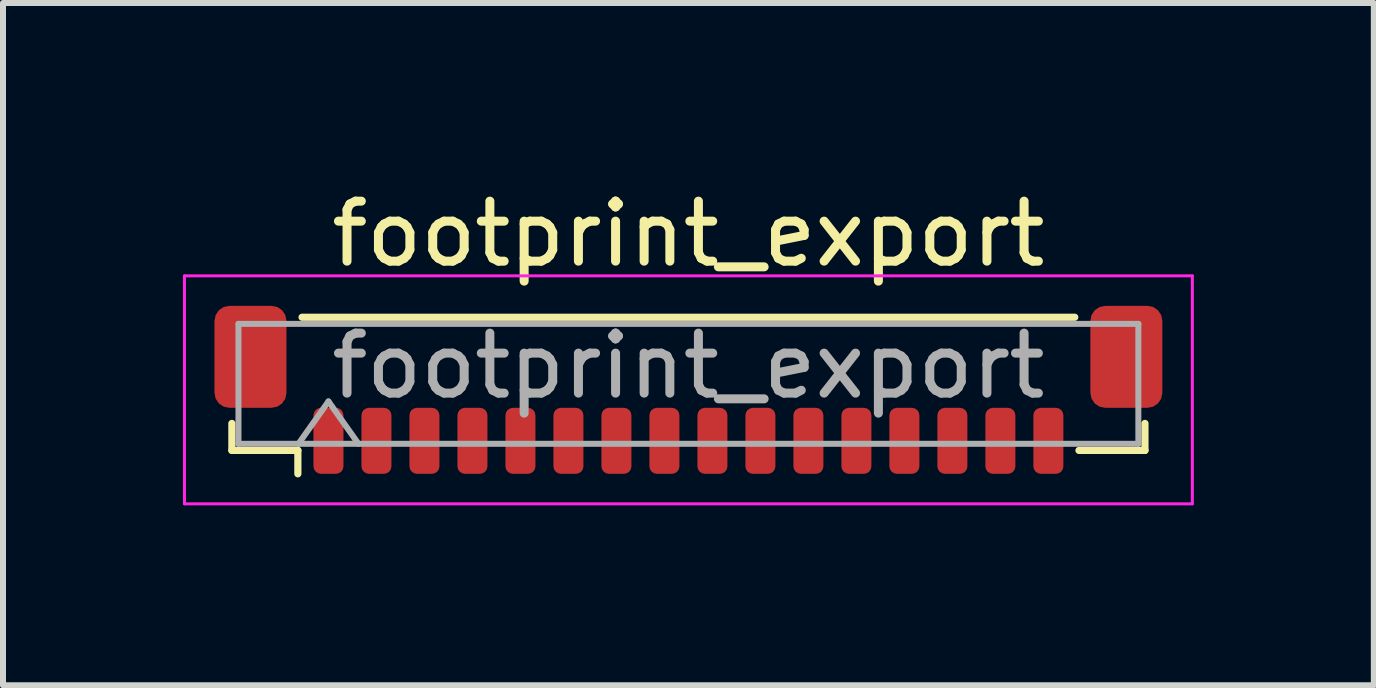
<source format=kicad_pcb>
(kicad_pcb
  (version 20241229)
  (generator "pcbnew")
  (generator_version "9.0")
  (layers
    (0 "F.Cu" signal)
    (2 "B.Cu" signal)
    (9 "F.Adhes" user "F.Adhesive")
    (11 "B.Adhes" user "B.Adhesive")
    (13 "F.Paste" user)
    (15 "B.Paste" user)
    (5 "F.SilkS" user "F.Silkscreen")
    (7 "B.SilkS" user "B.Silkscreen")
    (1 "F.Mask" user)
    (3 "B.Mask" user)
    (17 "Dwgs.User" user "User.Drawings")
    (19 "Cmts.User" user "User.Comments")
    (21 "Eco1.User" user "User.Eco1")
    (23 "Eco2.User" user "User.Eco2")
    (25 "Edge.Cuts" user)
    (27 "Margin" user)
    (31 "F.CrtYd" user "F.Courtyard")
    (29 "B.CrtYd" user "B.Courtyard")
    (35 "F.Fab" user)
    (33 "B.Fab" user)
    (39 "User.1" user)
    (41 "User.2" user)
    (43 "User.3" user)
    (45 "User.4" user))
  (footprint "footprint_export"
    (layer "F.Cu")
    (at 8.425 3.448)
    (property "Reference" "footprint_export" (at 0 -2.6 0) (layer "F.SilkS") (effects (font (size 1 1) (thickness 0.15))))
    (attr smd)
    (fp_line (start -7.61 0.56) (end -7.61 1.01) (stroke (width 0.12) (type solid)) (layer "F.SilkS"))
    (fp_line (start -7.61 1.01) (end -6.51 1.01) (stroke (width 0.12) (type solid)) (layer "F.SilkS"))
    (fp_line (start -6.51 1.01) (end -6.51 1.4) (stroke (width 0.12) (type solid)) (layer "F.SilkS"))
    (fp_line (start -6.44 -1.21) (end 6.44 -1.21) (stroke (width 0.12) (type solid)) (layer "F.SilkS"))
    (fp_line (start 7.61 0.56) (end 7.61 1.01) (stroke (width 0.12) (type solid)) (layer "F.SilkS"))
    (fp_line (start 7.61 1.01) (end 6.51 1.01) (stroke (width 0.12) (type solid)) (layer "F.SilkS"))
    (fp_line (start -8.4 -1.9) (end -8.4 1.9) (stroke (width 0.05) (type solid)) (layer "F.CrtYd"))
    (fp_line (start -8.4 1.9) (end 8.4 1.9) (stroke (width 0.05) (type solid)) (layer "F.CrtYd"))
    (fp_line (start 8.4 -1.9) (end -8.4 -1.9) (stroke (width 0.05) (type solid)) (layer "F.CrtYd"))
    (fp_line (start 8.4 1.9) (end 8.4 -1.9) (stroke (width 0.05) (type solid)) (layer "F.CrtYd"))
    (fp_line (start -7.5 -1.1) (end 7.5 -1.1) (stroke (width 0.1) (type solid)) (layer "F.Fab"))
    (fp_line (start -7.5 0.9) (end -7.5 -1.1) (stroke (width 0.1) (type solid)) (layer "F.Fab"))
    (fp_line (start -7.5 0.9) (end 7.5 0.9) (stroke (width 0.1) (type solid)) (layer "F.Fab"))
    (fp_line (start -6.5 0.9) (end -6 0.193) (stroke (width 0.1) (type solid)) (layer "F.Fab"))
    (fp_line (start -6 0.193) (end -5.5 0.9) (stroke (width 0.1) (type solid)) (layer "F.Fab"))
    (fp_line (start 7.5 0.9) (end 7.5 -1.1) (stroke (width 0.1) (type solid)) (layer "F.Fab"))
    (fp_text user "${REFERENCE}" (at 0 -0.4 0) (layer "F.Fab") (effects (font (size 1 1) (thickness 0.15))))
    (pad "1" smd roundrect (at -6 0.85) (size 0.5 1.1) (layers "F.Cu" "F.Mask" "F.Paste") (roundrect_rratio 0.25))
    (pad "2" smd roundrect (at -5.2 0.85) (size 0.5 1.1) (layers "F.Cu" "F.Mask" "F.Paste") (roundrect_rratio 0.25))
    (pad "3" smd roundrect (at -4.4 0.85) (size 0.5 1.1) (layers "F.Cu" "F.Mask" "F.Paste") (roundrect_rratio 0.25))
    (pad "4" smd roundrect (at -3.6 0.85) (size 0.5 1.1) (layers "F.Cu" "F.Mask" "F.Paste") (roundrect_rratio 0.25))
    (pad "5" smd roundrect (at -2.8 0.85) (size 0.5 1.1) (layers "F.Cu" "F.Mask" "F.Paste") (roundrect_rratio 0.25))
    (pad "6" smd roundrect (at -2 0.85) (size 0.5 1.1) (layers "F.Cu" "F.Mask" "F.Paste") (roundrect_rratio 0.25))
    (pad "7" smd roundrect (at -1.2 0.85) (size 0.5 1.1) (layers "F.Cu" "F.Mask" "F.Paste") (roundrect_rratio 0.25))
    (pad "8" smd roundrect (at -0.4 0.85) (size 0.5 1.1) (layers "F.Cu" "F.Mask" "F.Paste") (roundrect_rratio 0.25))
    (pad "9" smd roundrect (at 0.4 0.85) (size 0.5 1.1) (layers "F.Cu" "F.Mask" "F.Paste") (roundrect_rratio 0.25))
    (pad "10" smd roundrect (at 1.2 0.85) (size 0.5 1.1) (layers "F.Cu" "F.Mask" "F.Paste") (roundrect_rratio 0.25))
    (pad "11" smd roundrect (at 2 0.85) (size 0.5 1.1) (layers "F.Cu" "F.Mask" "F.Paste") (roundrect_rratio 0.25))
    (pad "12" smd roundrect (at 2.8 0.85) (size 0.5 1.1) (layers "F.Cu" "F.Mask" "F.Paste") (roundrect_rratio 0.25))
    (pad "13" smd roundrect (at 3.6 0.85) (size 0.5 1.1) (layers "F.Cu" "F.Mask" "F.Paste") (roundrect_rratio 0.25))
    (pad "14" smd roundrect (at 4.4 0.85) (size 0.5 1.1) (layers "F.Cu" "F.Mask" "F.Paste") (roundrect_rratio 0.25))
    (pad "15" smd roundrect (at 5.2 0.85) (size 0.5 1.1) (layers "F.Cu" "F.Mask" "F.Paste") (roundrect_rratio 0.25))
    (pad "16" smd roundrect (at 6 0.85) (size 0.5 1.1) (layers "F.Cu" "F.Mask" "F.Paste") (roundrect_rratio 0.25))
    (pad "MP" smd roundrect (at -7.3 -0.55) (size 1.2 1.7) (layers "F.Cu" "F.Mask" "F.Paste") (roundrect_rratio 0.208))
    (pad "MP" smd roundrect (at 7.3 -0.55) (size 1.2 1.7) (layers "F.Cu" "F.Mask" "F.Paste") (roundrect_rratio 0.208)))
  (gr_rect
    (start -3 -3)
    (end 19.85 8.373)
    (stroke (width 0.1) (type default))
    (fill no)
    (layer "Edge.Cuts")))
</source>
